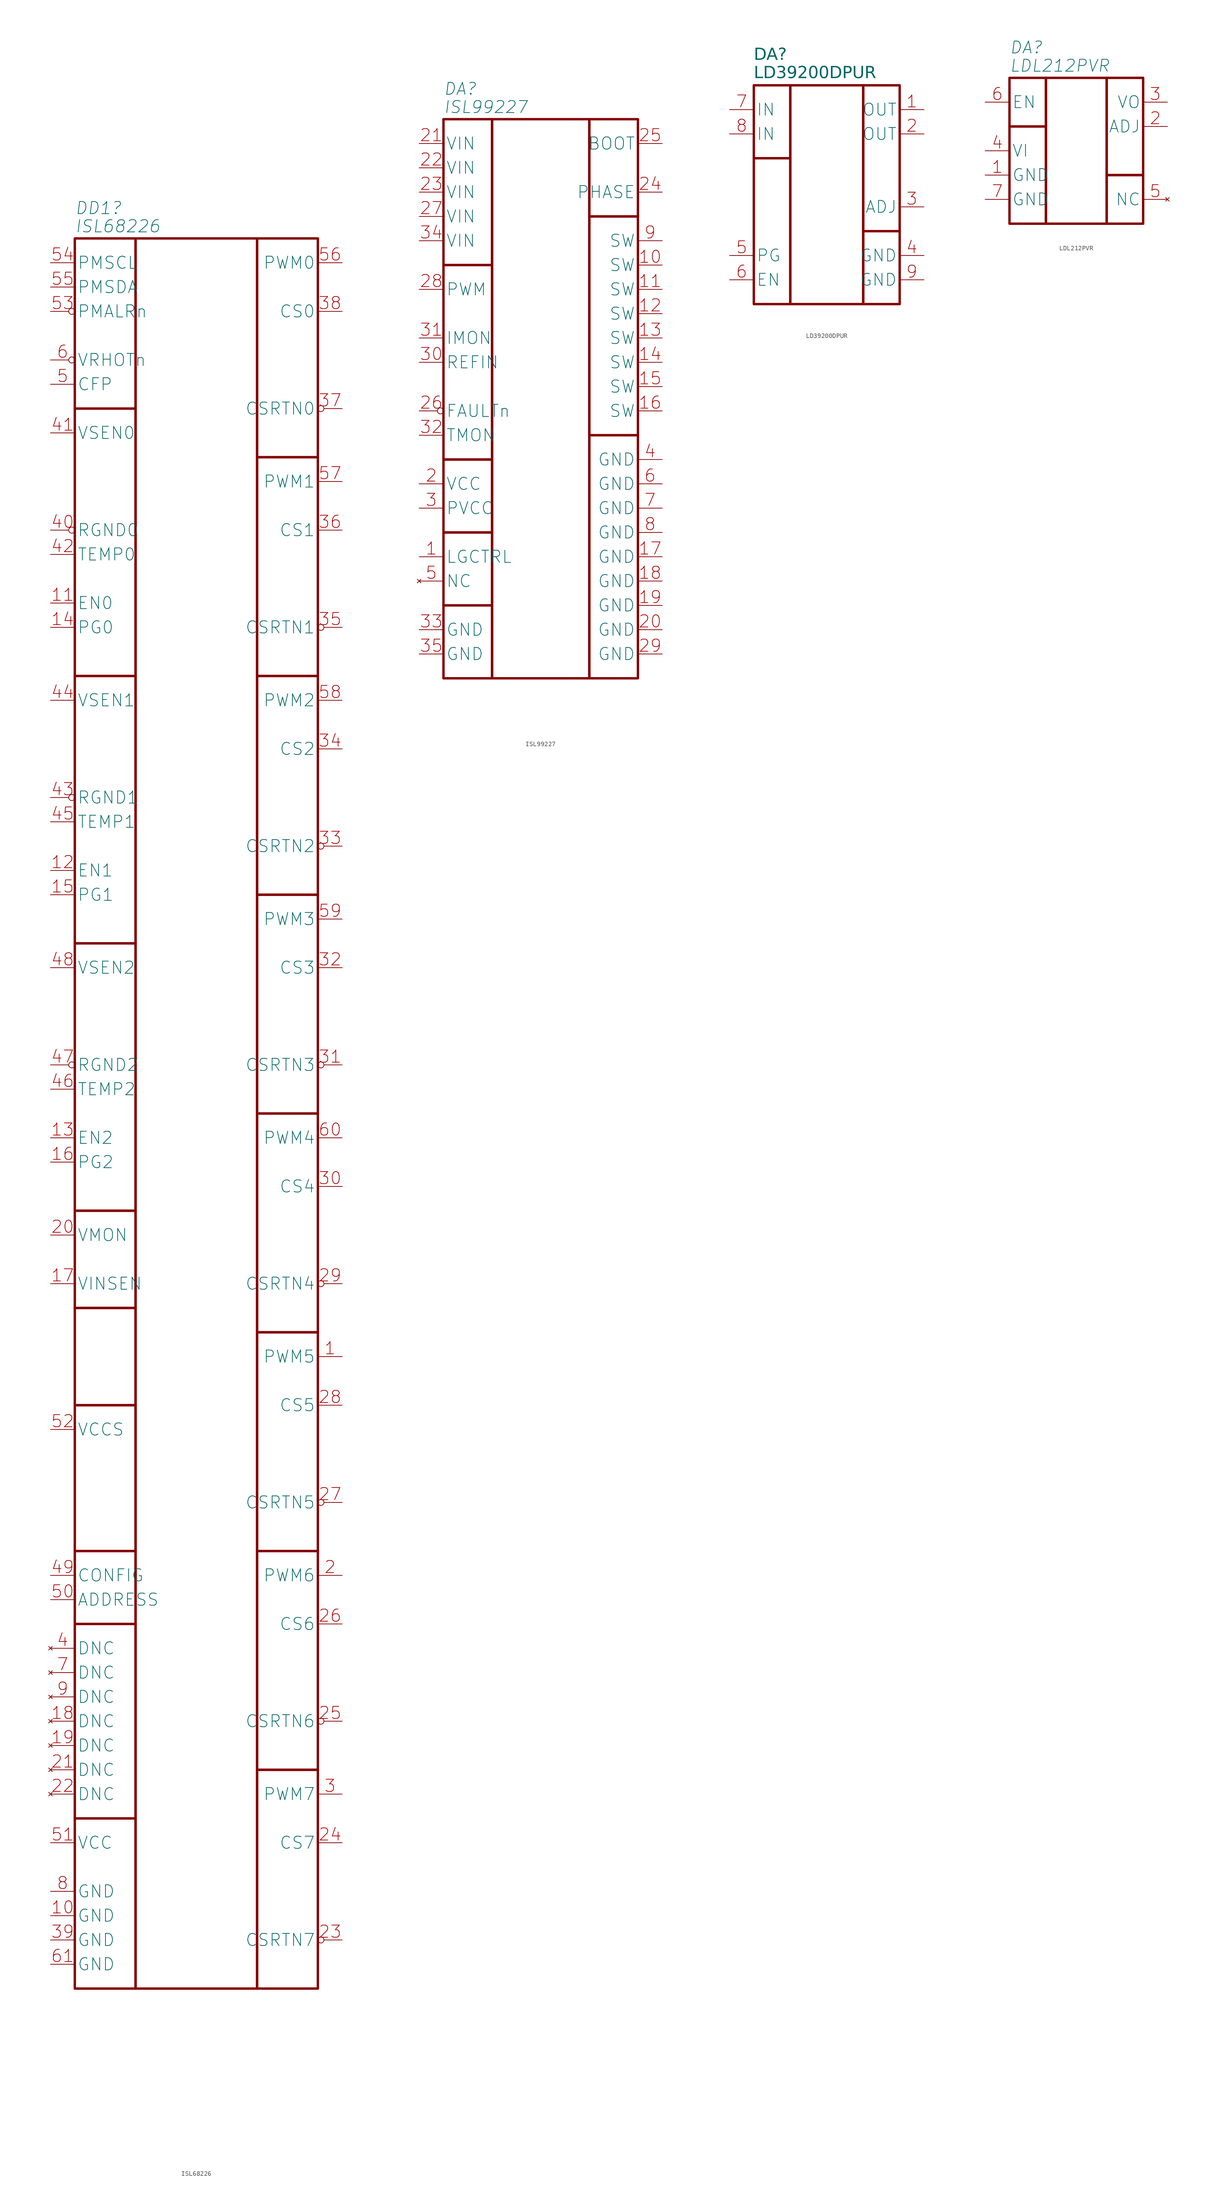
<source format=kicad_sym>
(kicad_symbol_lib
  (version 20241209)
  (generator "kicad_symbol_editor")
  (generator_version "9.0")
  (symbol "ISL68226"
    (property "Reference" "DD1"
      (at -25.4 6.35 0)
      (effects (font (size 2.54 2.54) (italic yes)) (justify left)))
    (property "Value" "ISL68226"
      (at -25.4 2.54 0)
      (effects (font (size 2.54 2.54) (italic yes)) (justify left)))
    (symbol "ISL68226_1_1"
      (rectangle (start -25.4 0) (end -12.7 -35.56) (stroke (width 0.5) (type solid)) (fill (type none)))
      (rectangle (start -25.4 -35.56) (end -12.7 -91.44) (stroke (width 0.5) (type solid)) (fill (type none)))
      (rectangle (start -25.4 -91.44) (end -12.7 -147.32) (stroke (width 0.5) (type solid)) (fill (type none)))
      (rectangle (start -25.4 -147.32) (end -12.7 -203.2) (stroke (width 0.5) (type solid)) (fill (type none)))
      (rectangle (start -25.4 -203.2) (end -12.7 -223.52) (stroke (width 0.5) (type solid)) (fill (type none)))
      (rectangle (start -25.4 -223.52) (end -12.7 -243.84) (stroke (width 0.5) (type solid)) (fill (type none)))
      (rectangle (start -25.4 -243.84) (end -12.7 -274.32) (stroke (width 0.5) (type solid)) (fill (type none)))
      (rectangle (start -25.4 -274.32) (end -12.7 -289.56) (stroke (width 0.5) (type solid)) (fill (type none)))
      (rectangle (start -25.4 -289.56) (end -12.7 -330.2) (stroke (width 0.5) (type solid)) (fill (type none)))
      (rectangle (start -25.4 -330.2) (end -12.7 -365.76) (stroke (width 0.5) (type solid)) (fill (type none)))
      (rectangle (start -12.7 0) (end 12.7 -365.76) (stroke (width 0.5) (type solid)) (fill (type none)))
      (rectangle (start 12.7 0) (end 25.4 -45.72) (stroke (width 0.5) (type solid)) (fill (type none)))
      (rectangle (start 12.7 -45.72) (end 25.4 -91.44) (stroke (width 0.5) (type solid)) (fill (type none)))
      (rectangle (start 12.7 -91.44) (end 25.4 -137.16) (stroke (width 0.5) (type solid)) (fill (type none)))
      (rectangle (start 12.7 -137.16) (end 25.4 -182.88) (stroke (width 0.5) (type solid)) (fill (type none)))
      (rectangle (start 12.7 -182.88) (end 25.4 -228.6) (stroke (width 0.5) (type solid)) (fill (type none)))
      (rectangle (start 12.7 -228.6) (end 25.4 -274.32) (stroke (width 0.5) (type solid)) (fill (type none)))
      (rectangle (start 12.7 -274.32) (end 25.4 -320.04) (stroke (width 0.5) (type solid)) (fill (type none)))
      (rectangle (start 12.7 -320.04) (end 25.4 -365.76) (stroke (width 0.5) (type solid)) (fill (type none)))
      (pin open_collector line (at -30.48 -5.08 0) (length 5.08) (name "PMSCL" (effects (font (size 2.54 2.54)))) (number "54" (effects (font (size 2.54 2.54)))))
      (pin open_collector line (at -30.48 -10.16 0) (length 5.08) (name "PMSDA" (effects (font (size 2.54 2.54)))) (number "55" (effects (font (size 2.54 2.54)))))
      (pin open_collector inverted (at -30.48 -15.24 0) (length 5.08) (name "PMALRn" (effects (font (size 2.54 2.54)))) (number "53" (effects (font (size 2.54 2.54)))))
      (pin open_collector inverted (at -30.48 -25.4 0) (length 5.08) (name "VRHOTn" (effects (font (size 2.54 2.54)))) (number "6" (effects (font (size 2.54 2.54)))))
      (pin output line (at -30.48 -30.48 0) (length 5.08) (name "CFP" (effects (font (size 2.54 2.54)))) (number "5" (effects (font (size 2.54 2.54)))))
      (pin input line (at -30.48 -40.64 0) (length 5.08) (name "VSEN0" (effects (font (size 2.54 2.54)))) (number "41" (effects (font (size 2.54 2.54)))))
      (pin input inverted (at -30.48 -60.96 0) (length 5.08) (name "RGND0" (effects (font (size 2.54 2.54)))) (number "40" (effects (font (size 2.54 2.54)))))
      (pin input line (at -30.48 -66.04 0) (length 5.08) (name "TEMP0" (effects (font (size 2.54 2.54)))) (number "42" (effects (font (size 2.54 2.54)))))
      (pin input line (at -30.48 -76.2 0) (length 5.08) (name "EN0" (effects (font (size 2.54 2.54)))) (number "11" (effects (font (size 2.54 2.54)))))
      (pin open_collector line (at -30.48 -81.28 0) (length 5.08) (name "PG0" (effects (font (size 2.54 2.54)))) (number "14" (effects (font (size 2.54 2.54)))))
      (pin input line (at -30.48 -96.52 0) (length 5.08) (name "VSEN1" (effects (font (size 2.54 2.54)))) (number "44" (effects (font (size 2.54 2.54)))))
      (pin input inverted (at -30.48 -116.84 0) (length 5.08) (name "RGND1" (effects (font (size 2.54 2.54)))) (number "43" (effects (font (size 2.54 2.54)))))
      (pin input line (at -30.48 -121.92 0) (length 5.08) (name "TEMP1" (effects (font (size 2.54 2.54)))) (number "45" (effects (font (size 2.54 2.54)))))
      (pin input line (at -30.48 -132.08 0) (length 5.08) (name "EN1" (effects (font (size 2.54 2.54)))) (number "12" (effects (font (size 2.54 2.54)))))
      (pin open_collector line (at -30.48 -137.16 0) (length 5.08) (name "PG1" (effects (font (size 2.54 2.54)))) (number "15" (effects (font (size 2.54 2.54)))))
      (pin input line (at -30.48 -152.4 0) (length 5.08) (name "VSEN2" (effects (font (size 2.54 2.54)))) (number "48" (effects (font (size 2.54 2.54)))))
      (pin input inverted (at -30.48 -172.72 0) (length 5.08) (name "RGND2" (effects (font (size 2.54 2.54)))) (number "47" (effects (font (size 2.54 2.54)))))
      (pin input line (at -30.48 -177.8 0) (length 5.08) (name "TEMP2" (effects (font (size 2.54 2.54)))) (number "46" (effects (font (size 2.54 2.54)))))
      (pin input line (at -30.48 -187.96 0) (length 5.08) (name "EN2" (effects (font (size 2.54 2.54)))) (number "13" (effects (font (size 2.54 2.54)))))
      (pin open_collector line (at -30.48 -193.04 0) (length 5.08) (name "PG2" (effects (font (size 2.54 2.54)))) (number "16" (effects (font (size 2.54 2.54)))))
      (pin input line (at -30.48 -208.28 0) (length 5.08) (name "VMON" (effects (font (size 2.54 2.54)))) (number "20" (effects (font (size 2.54 2.54)))))
      (pin input line (at -30.48 -218.44 0) (length 5.08) (name "VINSEN" (effects (font (size 2.54 2.54)))) (number "17" (effects (font (size 2.54 2.54)))))
      (pin power_out line (at -30.48 -248.92 0) (length 5.08) (name "VCCS" (effects (font (size 2.54 2.54)))) (number "52" (effects (font (size 2.54 2.54)))))
      (pin passive line (at -30.48 -279.4 0) (length 5.08) (name "CONFIG" (effects (font (size 2.54 2.54)))) (number "49" (effects (font (size 2.54 2.54)))))
      (pin passive line (at -30.48 -284.48 0) (length 5.08) (name "ADDRESS" (effects (font (size 2.54 2.54)))) (number "50" (effects (font (size 2.54 2.54)))))
      (pin no_connect line (at -30.48 -294.64 0) (length 5.08) (name "DNC" (effects (font (size 2.54 2.54)))) (number "4" (effects (font (size 2.54 2.54)))))
      (pin no_connect line (at -30.48 -299.72 0) (length 5.08) (name "DNC" (effects (font (size 2.54 2.54)))) (number "7" (effects (font (size 2.54 2.54)))))
      (pin no_connect line (at -30.48 -304.8 0) (length 5.08) (name "DNC" (effects (font (size 2.54 2.54)))) (number "9" (effects (font (size 2.54 2.54)))))
      (pin no_connect line (at -30.48 -309.88 0) (length 5.08) (name "DNC" (effects (font (size 2.54 2.54)))) (number "18" (effects (font (size 2.54 2.54)))))
      (pin no_connect line (at -30.48 -314.96 0) (length 5.08) (name "DNC" (effects (font (size 2.54 2.54)))) (number "19" (effects (font (size 2.54 2.54)))))
      (pin no_connect line (at -30.48 -320.04 0) (length 5.08) (name "DNC" (effects (font (size 2.54 2.54)))) (number "21" (effects (font (size 2.54 2.54)))))
      (pin no_connect line (at -30.48 -325.12 0) (length 5.08) (name "DNC" (effects (font (size 2.54 2.54)))) (number "22" (effects (font (size 2.54 2.54)))))
      (pin power_in line (at -30.48 -335.28 0) (length 5.08) (name "VCC" (effects (font (size 2.54 2.54)))) (number "51" (effects (font (size 2.54 2.54)))))
      (pin power_in line (at -30.48 -345.44 0) (length 5.08) (name "GND" (effects (font (size 2.54 2.54)))) (number "8" (effects (font (size 2.54 2.54)))))
      (pin power_in line (at -30.48 -350.52 0) (length 5.08) (name "GND" (effects (font (size 2.54 2.54)))) (number "10" (effects (font (size 2.54 2.54)))))
      (pin power_in line (at -30.48 -355.6 0) (length 5.08) (name "GND" (effects (font (size 2.54 2.54)))) (number "39" (effects (font (size 2.54 2.54)))))
      (pin power_in line (at -30.48 -360.68 0) (length 5.08) (name "GND" (effects (font (size 2.54 2.54)))) (number "61" (effects (font (size 2.54 2.54)))))
      (pin output line (at 30.48 -5.08 180) (length 5.08) (name "PWM0" (effects (font (size 2.54 2.54)))) (number "56" (effects (font (size 2.54 2.54)))))
      (pin input line (at 30.48 -15.24 180) (length 5.08) (name "CS0" (effects (font (size 2.54 2.54)))) (number "38" (effects (font (size 2.54 2.54)))))
      (pin input inverted (at 30.48 -35.56 180) (length 5.08) (name "CSRTN0" (effects (font (size 2.54 2.54)))) (number "37" (effects (font (size 2.54 2.54)))))
      (pin output line (at 30.48 -50.8 180) (length 5.08) (name "PWM1" (effects (font (size 2.54 2.54)))) (number "57" (effects (font (size 2.54 2.54)))))
      (pin input line (at 30.48 -60.96 180) (length 5.08) (name "CS1" (effects (font (size 2.54 2.54)))) (number "36" (effects (font (size 2.54 2.54)))))
      (pin input inverted (at 30.48 -81.28 180) (length 5.08) (name "CSRTN1" (effects (font (size 2.54 2.54)))) (number "35" (effects (font (size 2.54 2.54)))))
      (pin output line (at 30.48 -96.52 180) (length 5.08) (name "PWM2" (effects (font (size 2.54 2.54)))) (number "58" (effects (font (size 2.54 2.54)))))
      (pin input line (at 30.48 -106.68 180) (length 5.08) (name "CS2" (effects (font (size 2.54 2.54)))) (number "34" (effects (font (size 2.54 2.54)))))
      (pin input inverted (at 30.48 -127 180) (length 5.08) (name "CSRTN2" (effects (font (size 2.54 2.54)))) (number "33" (effects (font (size 2.54 2.54)))))
      (pin output line (at 30.48 -142.24 180) (length 5.08) (name "PWM3" (effects (font (size 2.54 2.54)))) (number "59" (effects (font (size 2.54 2.54)))))
      (pin input line (at 30.48 -152.4 180) (length 5.08) (name "CS3" (effects (font (size 2.54 2.54)))) (number "32" (effects (font (size 2.54 2.54)))))
      (pin input inverted (at 30.48 -172.72 180) (length 5.08) (name "CSRTN3" (effects (font (size 2.54 2.54)))) (number "31" (effects (font (size 2.54 2.54)))))
      (pin output line (at 30.48 -187.96 180) (length 5.08) (name "PWM4" (effects (font (size 2.54 2.54)))) (number "60" (effects (font (size 2.54 2.54)))))
      (pin input line (at 30.48 -198.12 180) (length 5.08) (name "CS4" (effects (font (size 2.54 2.54)))) (number "30" (effects (font (size 2.54 2.54)))))
      (pin input inverted (at 30.48 -218.44 180) (length 5.08) (name "CSRTN4" (effects (font (size 2.54 2.54)))) (number "29" (effects (font (size 2.54 2.54)))))
      (pin output line (at 30.48 -233.68 180) (length 5.08) (name "PWM5" (effects (font (size 2.54 2.54)))) (number "1" (effects (font (size 2.54 2.54)))))
      (pin input line (at 30.48 -243.84 180) (length 5.08) (name "CS5" (effects (font (size 2.54 2.54)))) (number "28" (effects (font (size 2.54 2.54)))))
      (pin input inverted (at 30.48 -264.16 180) (length 5.08) (name "CSRTN5" (effects (font (size 2.54 2.54)))) (number "27" (effects (font (size 2.54 2.54)))))
      (pin output line (at 30.48 -279.4 180) (length 5.08) (name "PWM6" (effects (font (size 2.54 2.54)))) (number "2" (effects (font (size 2.54 2.54)))))
      (pin input line (at 30.48 -289.56 180) (length 5.08) (name "CS6" (effects (font (size 2.54 2.54)))) (number "26" (effects (font (size 2.54 2.54)))))
      (pin input inverted (at 30.48 -309.88 180) (length 5.08) (name "CSRTN6" (effects (font (size 2.54 2.54)))) (number "25" (effects (font (size 2.54 2.54)))))
      (pin output line (at 30.48 -325.12 180) (length 5.08) (name "PWM7" (effects (font (size 2.54 2.54)))) (number "3" (effects (font (size 2.54 2.54)))))
      (pin input line (at 30.48 -335.28 180) (length 5.08) (name "CS7" (effects (font (size 2.54 2.54)))) (number "24" (effects (font (size 2.54 2.54)))))
      (pin input inverted (at 30.48 -355.6 180) (length 5.08) (name "CSRTN7" (effects (font (size 2.54 2.54)))) (number "23" (effects (font (size 2.54 2.54)))))))
  (symbol "ISL99227"
    (property "Reference" "DA"
      (at -20.32 6.35 0)
      (effects (font (size 2.5 2.5) (italic yes)) (justify left)))
    (property "Value" "ISL99227"
      (at -20.32 2.54 0)
      (effects (font (size 2.5 2.5) (italic yes)) (justify left)))
    (symbol "ISL99227_1_1"
      (rectangle (start -20.32 0) (end -10.16 -30.48) (stroke (width 0.5) (type solid)) (fill (type none)))
      (rectangle (start -20.32 -30.48) (end -10.16 -71.12) (stroke (width 0.5) (type solid)) (fill (type none)))
      (rectangle (start -20.32 -71.12) (end -10.16 -86.36) (stroke (width 0.5) (type solid)) (fill (type none)))
      (rectangle (start -20.32 -86.36) (end -10.16 -101.6) (stroke (width 0.5) (type solid)) (fill (type none)))
      (rectangle (start -20.32 -101.6) (end -10.16 -116.84) (stroke (width 0.5) (type solid)) (fill (type none)))
      (rectangle (start -10.16 0) (end 10.16 -116.84) (stroke (width 0.5) (type solid)) (fill (type none)))
      (rectangle (start 10.16 0) (end 20.32 -20.32) (stroke (width 0.5) (type solid)) (fill (type none)))
      (rectangle (start 10.16 -20.32) (end 20.32 -66.04) (stroke (width 0.5) (type solid)) (fill (type none)))
      (rectangle (start 10.16 -66.04) (end 20.32 -116.84) (stroke (width 0.5) (type solid)) (fill (type none)))
      (pin power_in line (at -25.4 -5.08 0) (length 5.08) (name "VIN" (effects (font (size 2.54 2.54)))) (number "21" (effects (font (size 2.54 2.54)))))
      (pin power_in line (at -25.4 -10.16 0) (length 5.08) (name "VIN" (effects (font (size 2.54 2.54)))) (number "22" (effects (font (size 2.54 2.54)))))
      (pin power_in line (at -25.4 -15.24 0) (length 5.08) (name "VIN" (effects (font (size 2.54 2.54)))) (number "23" (effects (font (size 2.54 2.54)))))
      (pin power_in line (at -25.4 -20.32 0) (length 5.08) (name "VIN" (effects (font (size 2.54 2.54)))) (number "27" (effects (font (size 2.54 2.54)))))
      (pin power_in line (at -25.4 -25.4 0) (length 5.08) (name "VIN" (effects (font (size 2.54 2.54)))) (number "34" (effects (font (size 2.54 2.54)))))
      (pin input line (at -25.4 -35.56 0) (length 5.08) (name "PWM" (effects (font (size 2.54 2.54)))) (number "28" (effects (font (size 2.54 2.54)))))
      (pin output line (at -25.4 -45.72 0) (length 5.08) (name "IMON" (effects (font (size 2.54 2.54)))) (number "31" (effects (font (size 2.54 2.54)))))
      (pin input line (at -25.4 -50.8 0) (length 5.08) (name "REFIN" (effects (font (size 2.54 2.54)))) (number "30" (effects (font (size 2.54 2.54)))))
      (pin open_collector inverted (at -25.4 -60.96 0) (length 5.08) (name "FAULTn" (effects (font (size 2.54 2.54)))) (number "26" (effects (font (size 2.54 2.54)))))
      (pin open_collector line (at -25.4 -66.04 0) (length 5.08) (name "TMON" (effects (font (size 2.54 2.54)))) (number "32" (effects (font (size 2.54 2.54)))))
      (pin power_in line (at -25.4 -76.2 0) (length 5.08) (name "VCC" (effects (font (size 2.54 2.54)))) (number "2" (effects (font (size 2.54 2.54)))))
      (pin power_in line (at -25.4 -81.28 0) (length 5.08) (name "PVCC" (effects (font (size 2.54 2.54)))) (number "3" (effects (font (size 2.54 2.54)))))
      (pin input line (at -25.4 -91.44 0) (length 5.08) (name "LGCTRL" (effects (font (size 2.54 2.54)))) (number "1" (effects (font (size 2.54 2.54)))))
      (pin no_connect line (at -25.4 -96.52 0) (length 5.08) (name "NC" (effects (font (size 2.54 2.54)))) (number "5" (effects (font (size 2.54 2.54)))))
      (pin power_in line (at -25.4 -106.68 0) (length 5.08) (name "GND" (effects (font (size 2.54 2.54)))) (number "33" (effects (font (size 2.54 2.54)))))
      (pin power_in line (at -25.4 -111.76 0) (length 5.08) (name "GND" (effects (font (size 2.54 2.54)))) (number "35" (effects (font (size 2.54 2.54)))))
      (pin passive line (at 25.4 -5.08 180) (length 5.08) (name "BOOT" (effects (font (size 2.54 2.54)))) (number "25" (effects (font (size 2.54 2.54)))))
      (pin power_out line (at 25.4 -15.24 180) (length 5.08) (name "PHASE" (effects (font (size 2.54 2.54)))) (number "24" (effects (font (size 2.54 2.54)))))
      (pin power_out line (at 25.4 -25.4 180) (length 5.08) (name "SW" (effects (font (size 2.54 2.54)))) (number "9" (effects (font (size 2.54 2.54)))))
      (pin passive line (at 25.4 -30.48 180) (length 5.08) (name "SW" (effects (font (size 2.54 2.54)))) (number "10" (effects (font (size 2.54 2.54)))))
      (pin passive line (at 25.4 -35.56 180) (length 5.08) (name "SW" (effects (font (size 2.54 2.54)))) (number "11" (effects (font (size 2.54 2.54)))))
      (pin passive line (at 25.4 -40.64 180) (length 5.08) (name "SW" (effects (font (size 2.54 2.54)))) (number "12" (effects (font (size 2.54 2.54)))))
      (pin passive line (at 25.4 -45.72 180) (length 5.08) (name "SW" (effects (font (size 2.54 2.54)))) (number "13" (effects (font (size 2.54 2.54)))))
      (pin passive line (at 25.4 -50.8 180) (length 5.08) (name "SW" (effects (font (size 2.54 2.54)))) (number "14" (effects (font (size 2.54 2.54)))))
      (pin passive line (at 25.4 -55.88 180) (length 5.08) (name "SW" (effects (font (size 2.54 2.54)))) (number "15" (effects (font (size 2.54 2.54)))))
      (pin passive line (at 25.4 -60.96 180) (length 5.08) (name "SW" (effects (font (size 2.54 2.54)))) (number "16" (effects (font (size 2.54 2.54)))))
      (pin power_in line (at 25.4 -71.12 180) (length 5.08) (name "GND" (effects (font (size 2.54 2.54)))) (number "4" (effects (font (size 2.54 2.54)))))
      (pin power_in line (at 25.4 -76.2 180) (length 5.08) (name "GND" (effects (font (size 2.54 2.54)))) (number "6" (effects (font (size 2.54 2.54)))))
      (pin power_in line (at 25.4 -81.28 180) (length 5.08) (name "GND" (effects (font (size 2.54 2.54)))) (number "7" (effects (font (size 2.54 2.54)))))
      (pin power_in line (at 25.4 -86.36 180) (length 5.08) (name "GND" (effects (font (size 2.54 2.54)))) (number "8" (effects (font (size 2.54 2.54)))))
      (pin power_in line (at 25.4 -91.44 180) (length 5.08) (name "GND" (effects (font (size 2.54 2.54)))) (number "17" (effects (font (size 2.54 2.54)))))
      (pin power_in line (at 25.4 -96.52 180) (length 5.08) (name "GND" (effects (font (size 2.54 2.54)))) (number "18" (effects (font (size 2.54 2.54)))))
      (pin power_in line (at 25.4 -101.6 180) (length 5.08) (name "GND" (effects (font (size 2.54 2.54)))) (number "19" (effects (font (size 2.54 2.54)))))
      (pin power_in line (at 25.4 -106.68 180) (length 5.08) (name "GND" (effects (font (size 2.54 2.54)))) (number "20" (effects (font (size 2.54 2.54)))))
      (pin power_in line (at 25.4 -111.76 180) (length 5.08) (name "GND" (effects (font (size 2.54 2.54)))) (number "29" (effects (font (size 2.54 2.54)))))))
  (symbol "LD39200DPUR"
    (property "Reference" "DA"
      (at -15.24 6.35 0)
      (effects (font (face "GOST type A") (size 2.5 2.5) (italic yes)) (justify left)))
    (property "Value" "LD39200DPUR"
      (at -15.24 2.54 0)
      (effects (font (face "GOST type A") (size 2.5 2.5) (italic yes)) (justify left)))
    (symbol "LD39200DPUR_1_1"
      (rectangle (start -15.24 0) (end -7.62 -15.24) (stroke (width 0.5) (type default)) (fill (type none)))
      (rectangle (start -15.24 -15.24) (end -7.62 -45.72) (stroke (width 0.5) (type default)) (fill (type none)))
      (rectangle (start -7.62 0) (end 7.62 -45.72) (stroke (width 0.5) (type default)) (fill (type none)))
      (rectangle (start 7.62 0) (end 15.24 -30.48) (stroke (width 0.5) (type default)) (fill (type none)))
      (rectangle (start 7.62 -30.48) (end 15.24 -45.72) (stroke (width 0.5) (type default)) (fill (type none)))
      (pin power_in line (at -20.32 -5.08 0) (length 5.08) (name "IN" (effects (font (size 2.5 2.5)))) (number "7" (effects (font (size 2.5 2.5)))))
      (pin power_in line (at -20.32 -10.16 0) (length 5.08) (name "IN" (effects (font (size 2.5 2.5)))) (number "8" (effects (font (size 2.5 2.5)))))
      (pin open_collector line (at -20.32 -35.56 0) (length 5.08) (name "PG" (effects (font (size 2.5 2.5)))) (number "5" (effects (font (size 2.5 2.5)))))
      (pin input line (at -20.32 -40.64 0) (length 5.08) (name "EN" (effects (font (size 2.5 2.5)))) (number "6" (effects (font (size 2.5 2.5)))))
      (pin power_out line (at 20.32 -5.08 180) (length 5.08) (name "OUT" (effects (font (size 2.5 2.5)))) (number "1" (effects (font (size 2.5 2.5)))))
      (pin passive line (at 20.32 -10.16 180) (length 5.08) (name "OUT" (effects (font (size 2.5 2.5)))) (number "2" (effects (font (size 2.5 2.5)))))
      (pin passive line (at 20.32 -25.4 180) (length 5.08) (name "ADJ" (effects (font (size 2.5 2.5)))) (number "3" (effects (font (size 2.5 2.5)))))
      (pin power_in line (at 20.32 -35.56 180) (length 5.08) (name "GND" (effects (font (size 2.5 2.5)))) (number "4" (effects (font (size 2.5 2.5)))))
      (pin power_in line (at 20.32 -40.64 180) (length 5.08) (name "GND" (effects (font (size 2.5 2.5)))) (number "9" (effects (font (size 2.5 2.5)))))))
  (symbol "LDL212PVR"
    (property "Reference" "DA"
      (at -13.97 6.35 0)
      (effects (font (size 2.5 2.5) (italic yes)) (justify left)))
    (property "Value" "LDL212PVR"
      (at -13.97 2.54 0)
      (effects (font (size 2.5 2.5) (italic yes)) (justify left)))
    (symbol "LDL212PVR_1_1"
      (rectangle (start -13.97 0) (end -6.35 -10.16) (stroke (width 0.5) (type default)) (fill (type none)))
      (rectangle (start -13.97 -10.16) (end -6.35 -30.48) (stroke (width 0.5) (type default)) (fill (type none)))
      (rectangle (start -6.35 0) (end 6.35 -30.48) (stroke (width 0.5) (type default)) (fill (type none)))
      (rectangle (start 6.35 0) (end 13.97 -20.32) (stroke (width 0.5) (type default)) (fill (type none)))
      (rectangle (start 6.35 -20.32) (end 13.97 -30.48) (stroke (width 0.5) (type default)) (fill (type none)))
      (pin input line (at -19.05 -5.08 0) (length 5.08) (name "EN" (effects (font (size 2.5 2.5)))) (number "6" (effects (font (size 2.5 2.5)))))
      (pin power_in line (at -19.05 -15.24 0) (length 5.08) (name "VI" (effects (font (size 2.5 2.5)))) (number "4" (effects (font (size 2.5 2.5)))))
      (pin power_in line (at -19.05 -20.32 0) (length 5.08) (name "GND" (effects (font (size 2.5 2.5)))) (number "1" (effects (font (size 2.5 2.5)))))
      (pin power_in line (at -19.05 -25.4 0) (length 5.08) (name "GND" (effects (font (size 2.5 2.5)))) (number "7" (effects (font (size 2.5 2.5)))))
      (pin power_out line (at 19.05 -5.08 180) (length 5.08) (name "VO" (effects (font (size 2.5 2.5)))) (number "3" (effects (font (size 2.5 2.5)))))
      (pin passive line (at 19.05 -10.16 180) (length 5.08) (name "ADJ" (effects (font (size 2.5 2.5)))) (number "2" (effects (font (size 2.5 2.5)))))
      (pin no_connect line (at 19.05 -25.4 180) (length 5.08) (name "NC" (effects (font (size 2.5 2.5)))) (number "5" (effects (font (size 2.5 2.5))))))))
</source>
